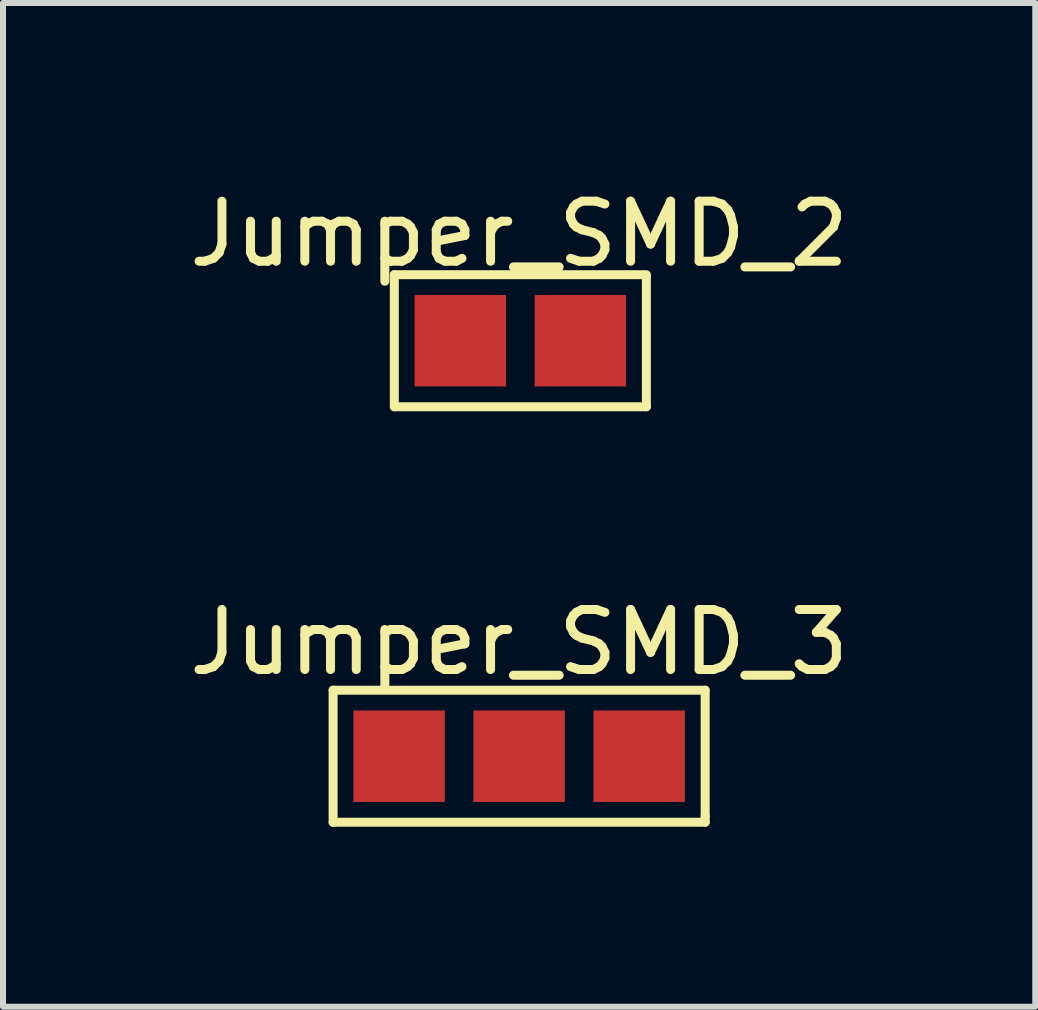
<source format=kicad_pcb>
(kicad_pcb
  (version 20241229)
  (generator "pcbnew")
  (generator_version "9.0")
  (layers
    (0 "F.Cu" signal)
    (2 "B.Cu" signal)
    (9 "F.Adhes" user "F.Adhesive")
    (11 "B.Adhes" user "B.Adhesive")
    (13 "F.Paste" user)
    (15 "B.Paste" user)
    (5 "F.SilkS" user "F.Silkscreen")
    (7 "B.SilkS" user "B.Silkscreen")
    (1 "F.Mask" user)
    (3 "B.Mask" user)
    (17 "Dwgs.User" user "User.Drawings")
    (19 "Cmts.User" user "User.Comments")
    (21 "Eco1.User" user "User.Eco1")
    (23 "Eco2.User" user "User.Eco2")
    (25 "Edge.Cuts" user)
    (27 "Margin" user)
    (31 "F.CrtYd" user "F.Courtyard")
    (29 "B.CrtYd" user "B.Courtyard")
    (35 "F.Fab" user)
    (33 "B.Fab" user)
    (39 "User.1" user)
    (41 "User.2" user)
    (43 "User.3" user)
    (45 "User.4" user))
  (footprint "Jumper_SMD_2"
    (layer "F.Cu")
    (at 6.621 2.628)
    (property "Reference" "Jumper_SMD_2" (at -1.02 -1.78 0) (layer "F.SilkS") (effects (font (size 1 1) (thickness 0.15))))
    (attr through_hole)
    (fp_line (start -3.1 -1.1) (end 1.1 -1.1) (stroke (width 0.15) (type solid)) (layer "F.SilkS"))
    (fp_line (start -3.1 1.1) (end -3.1 -1.1) (stroke (width 0.15) (type solid)) (layer "F.SilkS"))
    (fp_line (start -3.1 1.1) (end 1.1 1.1) (stroke (width 0.15) (type solid)) (layer "F.SilkS"))
    (fp_line (start 1.1 -1.08) (end 1.1 1.1) (stroke (width 0.15) (type solid)) (layer "F.SilkS"))
    (pad "1" smd rect (at -2 0) (size 1.524 1.524) (layers "F.Cu" "F.Mask" "F.Paste"))
    (pad "2" smd rect (at 0 0) (size 1.524 1.524) (layers "F.Cu" "F.Mask" "F.Paste")))
  (footprint "Jumper_SMD_3"
    (layer "F.Cu")
    (at 5.601 9.552)
    (property "Reference" "Jumper_SMD_3" (at 0 -1.9 0) (layer "F.SilkS") (effects (font (size 1 1) (thickness 0.15))))
    (attr through_hole)
    (fp_line (start -3.1 -1.1) (end 3.1 -1.1) (stroke (width 0.15) (type solid)) (layer "F.SilkS"))
    (fp_line (start -3.1 1.1) (end -3.1 -1.1) (stroke (width 0.15) (type solid)) (layer "F.SilkS"))
    (fp_line (start 3.1 -1.1) (end 3.1 1) (stroke (width 0.15) (type solid)) (layer "F.SilkS"))
    (fp_line (start 3.1 1) (end 3.1 1.1) (stroke (width 0.15) (type solid)) (layer "F.SilkS"))
    (fp_line (start 3.1 1.1) (end -3.1 1.1) (stroke (width 0.15) (type solid)) (layer "F.SilkS"))
    (pad "1" smd rect (at -2 0) (size 1.524 1.524) (layers "F.Cu" "F.Mask" "F.Paste"))
    (pad "2" smd rect (at 0 0) (size 1.524 1.524) (layers "F.Cu" "F.Mask" "F.Paste"))
    (pad "3" smd rect (at 2 0) (size 1.524 1.524) (layers "F.Cu" "F.Mask" "F.Paste")))
  (gr_rect
    (start -3 -3)
    (end 14.202 13.726)
    (stroke (width 0.1) (type default))
    (fill no)
    (layer "Edge.Cuts")))
</source>
